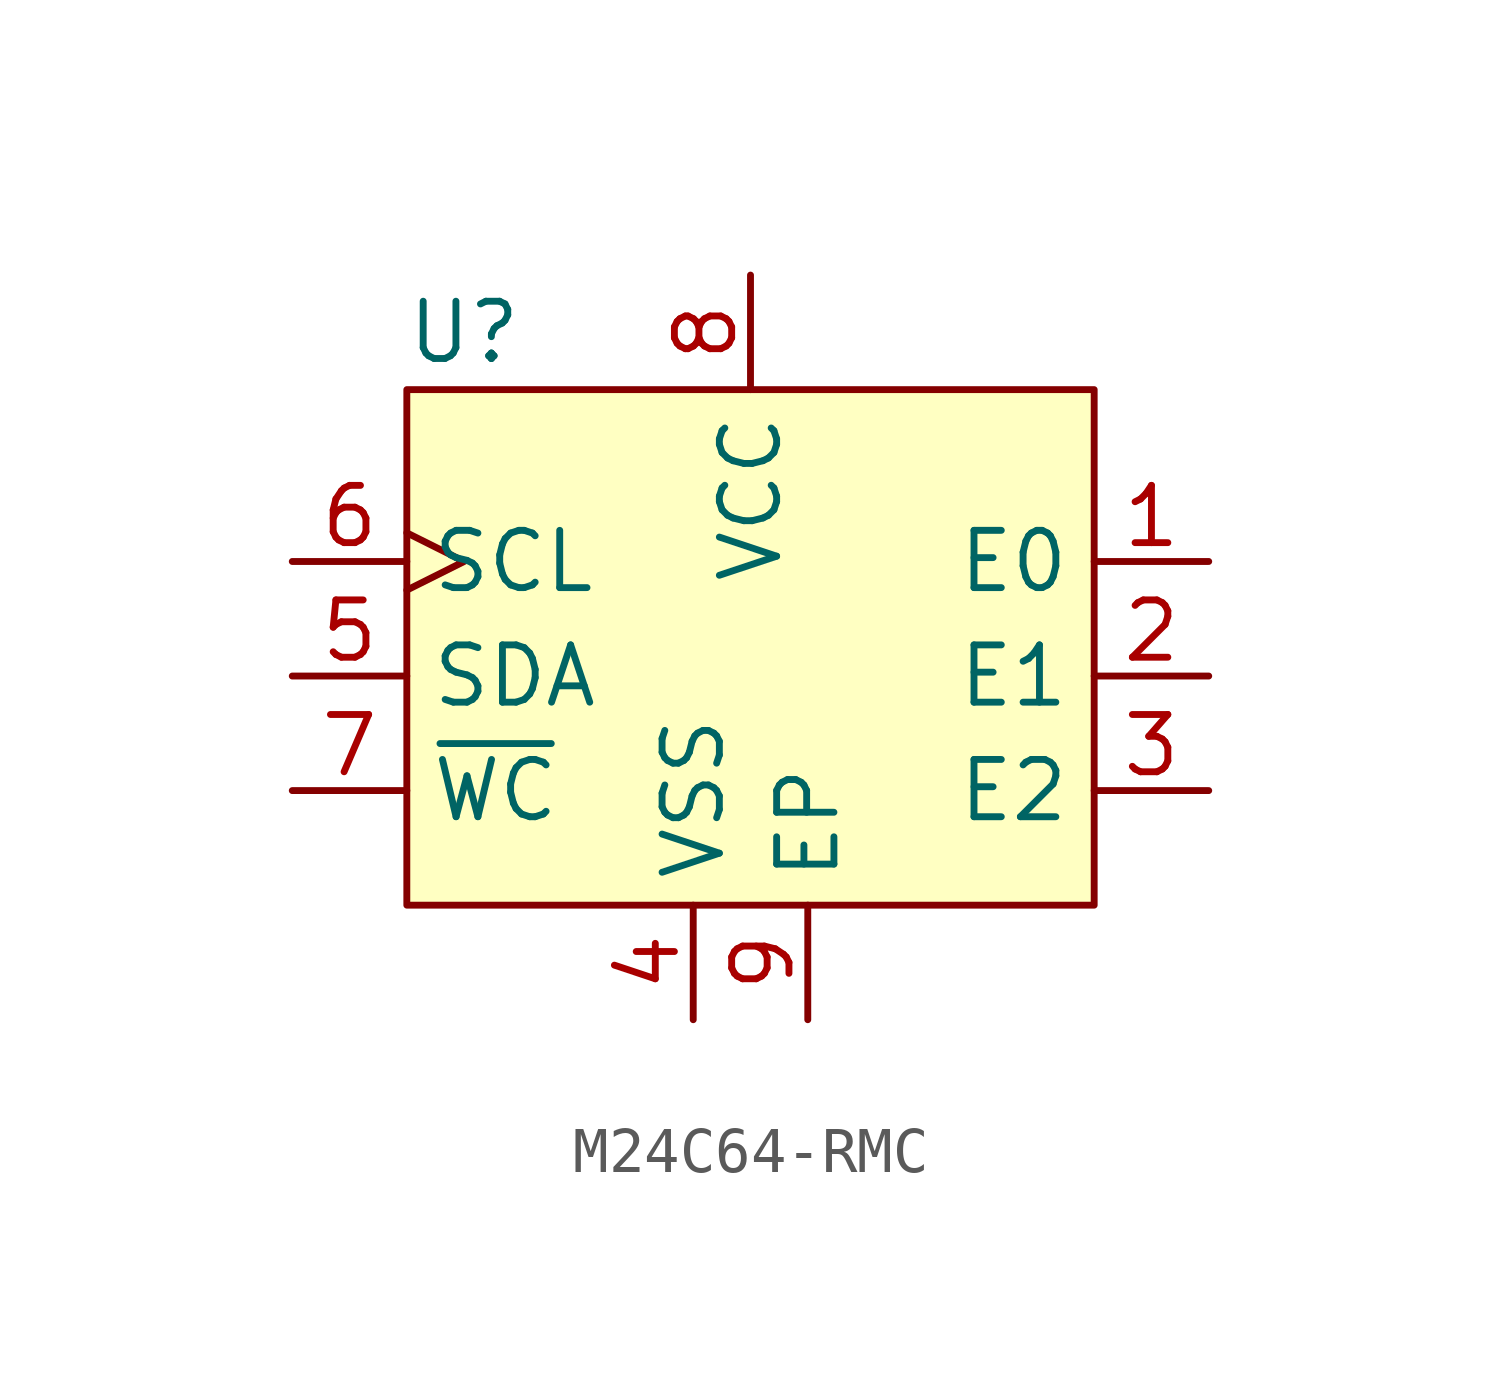
<source format=kicad_sym>
(kicad_symbol_lib
  (version 20220914)
  (generator kicad_symbol_editor)
  (symbol "M24C64-RMC"
    (property "Reference" "U"
      (at -6.35 1.27 0)
      (effects (font (size 1.27 1.27))))
    (property "Value" ""
      (at 0 0 0)
      (effects (font (size 1.27 1.27))))
    (symbol "M24C64-RMC_1_1"
      (rectangle (start -7.62 0) (end 7.62 -11.43) (stroke (width 0) (type default)) (fill (type background)))
      (pin input line (at 10.16 -3.81 180) (length 2.54) (name "E0" (effects (font (size 1.27 1.27)))) (number "1" (effects (font (size 1.27 1.27)))))
      (pin input line (at 10.16 -6.35 180) (length 2.54) (name "E1" (effects (font (size 1.27 1.27)))) (number "2" (effects (font (size 1.27 1.27)))))
      (pin input line (at 10.16 -8.89 180) (length 2.54) (name "E2" (effects (font (size 1.27 1.27)))) (number "3" (effects (font (size 1.27 1.27)))))
      (pin power_in line (at -1.27 -13.97 90) (length 2.54) (name "VSS" (effects (font (size 1.27 1.27)))) (number "4" (effects (font (size 1.27 1.27)))))
      (pin bidirectional line (at -10.16 -6.35 0) (length 2.54) (name "SDA" (effects (font (size 1.27 1.27)))) (number "5" (effects (font (size 1.27 1.27)))))
      (pin input clock (at -10.16 -3.81 0) (length 2.54) (name "SCL" (effects (font (size 1.27 1.27)))) (number "6" (effects (font (size 1.27 1.27)))))
      (pin input line (at -10.16 -8.89 0) (length 2.54) (name "~{WC}" (effects (font (size 1.27 1.27)))) (number "7" (effects (font (size 1.27 1.27)))))
      (pin power_in line (at 0 2.54 270) (length 2.54) (name "VCC" (effects (font (size 1.27 1.27)))) (number "8" (effects (font (size 1.27 1.27)))))
      (pin power_in line (at 1.27 -13.97 90) (length 2.54) (name "EP" (effects (font (size 1.27 1.27)))) (number "9" (effects (font (size 1.27 1.27))))))))
</source>
